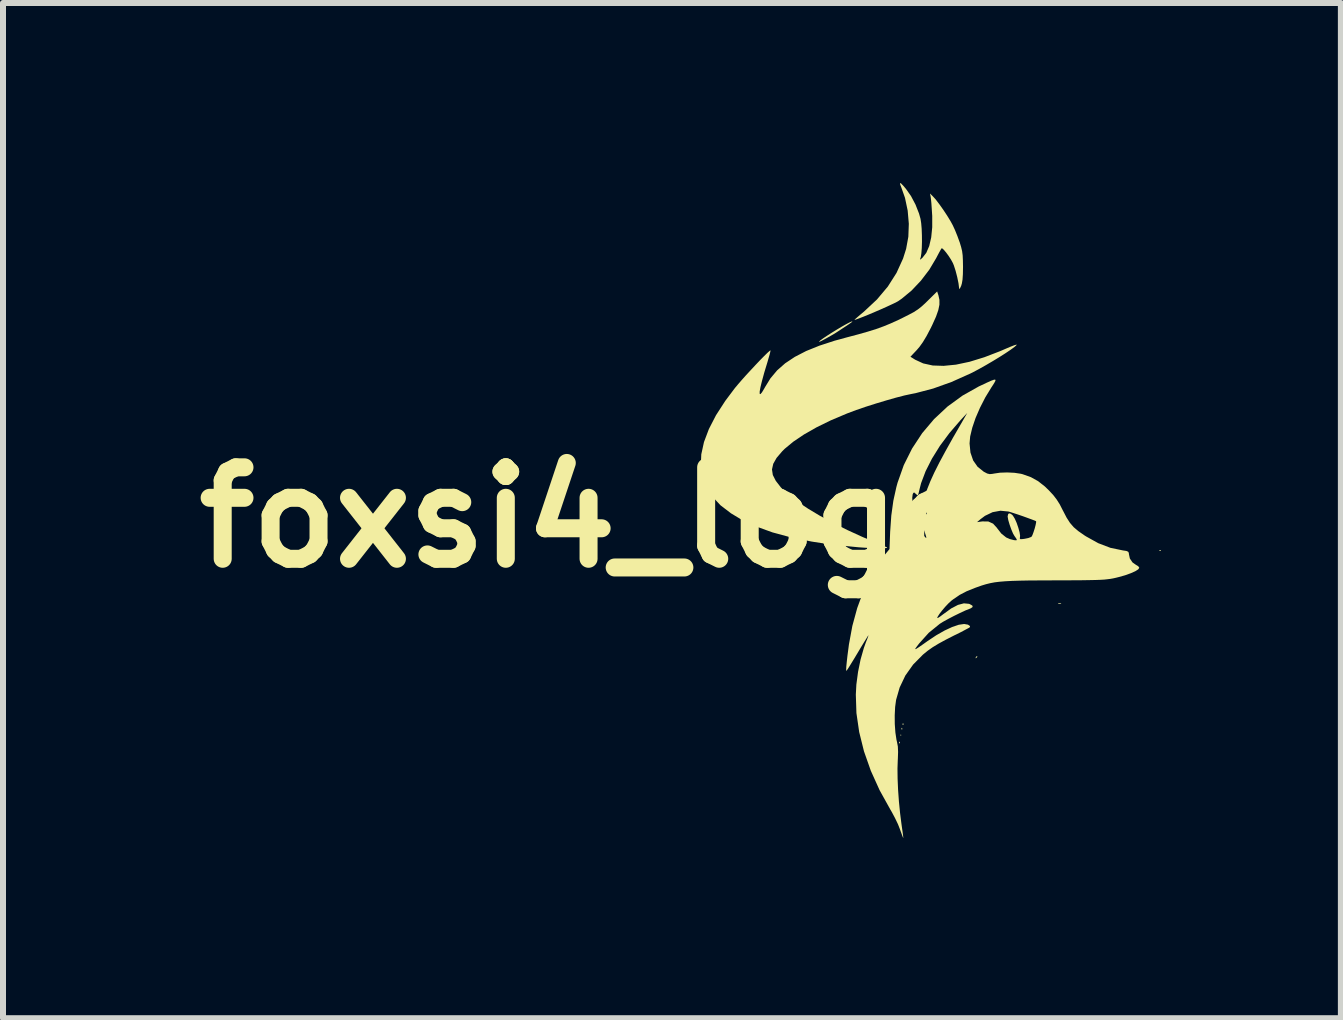
<source format=kicad_pcb>
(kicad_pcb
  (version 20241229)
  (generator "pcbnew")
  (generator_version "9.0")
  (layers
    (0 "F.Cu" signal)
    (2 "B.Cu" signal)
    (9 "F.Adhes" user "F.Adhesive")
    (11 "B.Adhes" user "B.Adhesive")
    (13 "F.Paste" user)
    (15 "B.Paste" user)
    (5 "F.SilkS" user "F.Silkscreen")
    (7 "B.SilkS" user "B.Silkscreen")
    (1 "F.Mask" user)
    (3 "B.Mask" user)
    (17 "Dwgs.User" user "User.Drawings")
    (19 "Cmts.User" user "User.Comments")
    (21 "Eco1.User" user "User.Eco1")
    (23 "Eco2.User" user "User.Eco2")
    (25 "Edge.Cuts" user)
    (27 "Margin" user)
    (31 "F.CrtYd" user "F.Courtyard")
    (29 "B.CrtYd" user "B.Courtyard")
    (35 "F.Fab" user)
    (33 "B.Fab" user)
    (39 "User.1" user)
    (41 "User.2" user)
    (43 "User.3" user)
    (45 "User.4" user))
  (footprint "foxsi4_logo"
    (layer "F.Cu")
    (at 6.793 5.571)
    (property "Reference" "foxsi4_logo" (at 0 0 0) (layer "F.SilkS") (effects (font (size 1.524 1.524) (thickness 0.3))))
    (attr board_only exclude_from_pos_files exclude_from_bom)
    (fp_poly (pts (xy 5.176 3.627) (xy 5.167 3.637) (xy 5.157 3.627) (xy 5.167 3.618)) (stroke (width 0) (type solid)) (fill yes) (layer "F.SilkS"))
    (fp_poly (pts (xy 5.151 3.739) (xy 5.153 3.762) (xy 5.151 3.765) (xy 5.139 3.762) (xy 5.138 3.752) (xy 5.145 3.736)) (stroke (width 0) (type solid)) (fill yes) (layer "F.SilkS"))
    (fp_poly (pts (xy 5.189 3.509) (xy 5.191 3.531) (xy 5.189 3.534) (xy 5.178 3.532) (xy 5.176 3.521) (xy 5.183 3.506)) (stroke (width 0) (type solid)) (fill yes) (layer "F.SilkS"))
    (fp_poly (pts (xy 5.208 3.432) (xy 5.211 3.454) (xy 5.208 3.457) (xy 5.197 3.455) (xy 5.195 3.444) (xy 5.202 3.429)) (stroke (width 0) (type solid)) (fill yes) (layer "F.SilkS"))
    (fp_poly (pts (xy 7.836 1.43) (xy 7.839 1.437) (xy 7.812 1.44) (xy 7.785 1.437) (xy 7.788 1.43) (xy 7.828 1.428)) (stroke (width 0) (type solid)) (fill yes) (layer "F.SilkS"))
    (fp_poly (pts (xy 9.499 0.545) (xy 9.497 0.557) (xy 9.487 0.558) (xy 9.471 0.551) (xy 9.474 0.545) (xy 9.497 0.543)) (stroke (width 0) (type solid)) (fill yes) (layer "F.SilkS"))
    (fp_poly (pts (xy 6.44 2.322) (xy 6.437 2.328) (xy 6.418 2.347) (xy 6.415 2.348) (xy 6.414 2.335) (xy 6.417 2.328) (xy 6.435 2.31) (xy 6.439 2.309)) (stroke (width 0) (type solid)) (fill yes) (layer "F.SilkS"))
    (fp_poly (pts (xy 4.349 -3.253) (xy 4.313 -3.227) (xy 4.266 -3.195) (xy 4.203 -3.154) (xy 4.147 -3.117) (xy 4.118 -3.098) (xy 4.067 -3.065) (xy 4.005 -3.029) (xy 3.94 -2.992) (xy 3.879 -2.959) (xy 3.832 -2.935) (xy 3.804 -2.924) (xy 3.801 -2.925) (xy 3.824 -2.948) (xy 3.873 -2.984) (xy 3.939 -3.028) (xy 4.017 -3.078) (xy 4.1 -3.129) (xy 4.182 -3.178) (xy 4.255 -3.219) (xy 4.314 -3.25) (xy 4.351 -3.265) (xy 4.361 -3.266)) (stroke (width 0) (type solid)) (fill yes) (layer "F.SilkS"))
    (fp_poly (pts (xy 5.17 -5.565) (xy 5.207 -5.527) (xy 5.252 -5.474) (xy 5.336 -5.355) (xy 5.411 -5.213) (xy 5.47 -5.063) (xy 5.495 -4.974) (xy 5.506 -4.903) (xy 5.514 -4.809) (xy 5.518 -4.702) (xy 5.519 -4.592) (xy 5.516 -4.488) (xy 5.509 -4.4) (xy 5.499 -4.336) (xy 5.493 -4.32) (xy 5.486 -4.297) (xy 5.496 -4.299) (xy 5.528 -4.327) (xy 5.591 -4.408) (xy 5.64 -4.522) (xy 5.673 -4.665) (xy 5.69 -4.834) (xy 5.69 -5.025) (xy 5.688 -5.051) (xy 5.682 -5.147) (xy 5.676 -5.234) (xy 5.669 -5.303) (xy 5.664 -5.34) (xy 5.653 -5.397) (xy 5.701 -5.349) (xy 5.75 -5.295) (xy 5.81 -5.216) (xy 5.876 -5.123) (xy 5.94 -5.026) (xy 5.996 -4.934) (xy 6.032 -4.868) (xy 6.069 -4.788) (xy 6.109 -4.689) (xy 6.144 -4.593) (xy 6.149 -4.58) (xy 6.172 -4.503) (xy 6.188 -4.436) (xy 6.197 -4.367) (xy 6.201 -4.284) (xy 6.203 -4.176) (xy 6.201 -4.054) (xy 6.195 -3.964) (xy 6.184 -3.898) (xy 6.172 -3.858) (xy 6.153 -3.818) (xy 6.141 -3.805) (xy 6.139 -3.81) (xy 6.128 -3.899) (xy 6.107 -4.002) (xy 6.08 -4.107) (xy 6.051 -4.197) (xy 6.035 -4.236) (xy 6.003 -4.295) (xy 5.963 -4.357) (xy 5.921 -4.414) (xy 5.884 -4.458) (xy 5.856 -4.483) (xy 5.845 -4.483) (xy 5.833 -4.463) (xy 5.807 -4.417) (xy 5.773 -4.353) (xy 5.756 -4.32) (xy 5.641 -4.127) (xy 5.502 -3.945) (xy 5.347 -3.781) (xy 5.183 -3.645) (xy 5.121 -3.602) (xy 5.081 -3.58) (xy 5.015 -3.549) (xy 4.931 -3.51) (xy 4.835 -3.467) (xy 4.733 -3.423) (xy 4.634 -3.381) (xy 4.543 -3.344) (xy 4.468 -3.315) (xy 4.416 -3.296) (xy 4.394 -3.29) (xy 4.404 -3.302) (xy 4.439 -3.333) (xy 4.493 -3.379) (xy 4.555 -3.431) (xy 4.77 -3.632) (xy 4.95 -3.846) (xy 5.095 -4.074) (xy 5.204 -4.313) (xy 5.255 -4.474) (xy 5.292 -4.676) (xy 5.3 -4.892) (xy 5.281 -5.112) (xy 5.236 -5.325) (xy 5.177 -5.492) (xy 5.156 -5.547) (xy 5.153 -5.571)) (stroke (width 0) (type solid)) (fill yes) (layer "F.SilkS"))
    (fp_poly (pts (xy 5.794 -3.698) (xy 5.81 -3.624) (xy 5.81 -3.544) (xy 5.791 -3.453) (xy 5.753 -3.345) (xy 5.694 -3.214) (xy 5.666 -3.156) (xy 5.596 -3.023) (xy 5.534 -2.92) (xy 5.476 -2.839) (xy 5.431 -2.787) (xy 5.327 -2.677) (xy 5.405 -2.628) (xy 5.539 -2.566) (xy 5.698 -2.531) (xy 5.88 -2.525) (xy 6.085 -2.545) (xy 6.312 -2.593) (xy 6.559 -2.669) (xy 6.824 -2.771) (xy 6.914 -2.81) (xy 6.992 -2.843) (xy 7.053 -2.867) (xy 7.09 -2.878) (xy 7.1 -2.876) (xy 7.099 -2.875) (xy 7.063 -2.842) (xy 6.999 -2.795) (xy 6.913 -2.737) (xy 6.811 -2.672) (xy 6.699 -2.604) (xy 6.583 -2.536) (xy 6.469 -2.472) (xy 6.364 -2.416) (xy 6.321 -2.395) (xy 6.01 -2.256) (xy 5.705 -2.147) (xy 5.412 -2.07) (xy 5.345 -2.057) (xy 5.228 -2.032) (xy 5.085 -1.995) (xy 4.924 -1.949) (xy 4.754 -1.898) (xy 4.584 -1.844) (xy 4.424 -1.789) (xy 4.282 -1.736) (xy 4.262 -1.728) (xy 4 -1.617) (xy 3.763 -1.501) (xy 3.554 -1.382) (xy 3.376 -1.262) (xy 3.232 -1.143) (xy 3.189 -1.1) (xy 3.097 -0.992) (xy 3.041 -0.893) (xy 3.02 -0.799) (xy 3.034 -0.706) (xy 3.084 -0.608) (xy 3.168 -0.5) (xy 3.199 -0.468) (xy 3.309 -0.367) (xy 3.452 -0.258) (xy 3.625 -0.143) (xy 3.822 -0.025) (xy 4.041 0.094) (xy 4.277 0.211) (xy 4.526 0.325) (xy 4.618 0.364) (xy 4.717 0.406) (xy 4.805 0.444) (xy 4.877 0.474) (xy 4.923 0.494) (xy 4.936 0.5) (xy 4.938 0.508) (xy 4.906 0.513) (xy 4.844 0.515) (xy 4.755 0.514) (xy 4.643 0.51) (xy 4.58 0.506) (xy 4.463 0.498) (xy 4.32 0.484) (xy 4.163 0.468) (xy 4.003 0.449) (xy 3.851 0.429) (xy 3.721 0.409) (xy 3.678 0.402) (xy 3.336 0.333) (xy 3.029 0.25) (xy 2.755 0.151) (xy 2.513 0.038) (xy 2.337 -0.068) (xy 2.163 -0.201) (xy 2.026 -0.347) (xy 1.925 -0.505) (xy 1.861 -0.675) (xy 1.834 -0.857) (xy 1.842 -1.051) (xy 1.887 -1.256) (xy 1.969 -1.473) (xy 2.087 -1.702) (xy 2.242 -1.942) (xy 2.402 -2.155) (xy 2.453 -2.216) (xy 2.517 -2.29) (xy 2.59 -2.372) (xy 2.669 -2.457) (xy 2.747 -2.541) (xy 2.822 -2.62) (xy 2.889 -2.688) (xy 2.943 -2.741) (xy 2.98 -2.774) (xy 2.996 -2.784) (xy 2.993 -2.764) (xy 2.981 -2.715) (xy 2.961 -2.646) (xy 2.944 -2.586) (xy 2.892 -2.415) (xy 2.854 -2.276) (xy 2.828 -2.17) (xy 2.815 -2.097) (xy 2.815 -2.059) (xy 2.828 -2.054) (xy 2.854 -2.085) (xy 2.894 -2.152) (xy 2.905 -2.172) (xy 2.995 -2.318) (xy 3.106 -2.45) (xy 3.24 -2.568) (xy 3.401 -2.675) (xy 3.589 -2.772) (xy 3.809 -2.861) (xy 4.063 -2.944) (xy 4.272 -3.001) (xy 4.461 -3.051) (xy 4.619 -3.096) (xy 4.757 -3.139) (xy 4.881 -3.184) (xy 5 -3.233) (xy 5.123 -3.289) (xy 5.195 -3.324) (xy 5.302 -3.378) (xy 5.384 -3.422) (xy 5.449 -3.464) (xy 5.508 -3.51) (xy 5.569 -3.565) (xy 5.613 -3.608) (xy 5.772 -3.765)) (stroke (width 0) (type solid)) (fill yes) (layer "F.SilkS"))
    (fp_poly (pts (xy 6.743 -2.294) (xy 6.743 -2.276) (xy 6.723 -2.239) (xy 6.688 -2.184) (xy 6.679 -2.171) (xy 6.575 -2.001) (xy 6.486 -1.827) (xy 6.412 -1.656) (xy 6.357 -1.494) (xy 6.322 -1.348) (xy 6.312 -1.232) (xy 6.327 -1.08) (xy 6.372 -0.949) (xy 6.447 -0.842) (xy 6.55 -0.76) (xy 6.551 -0.76) (xy 6.606 -0.731) (xy 6.649 -0.721) (xy 6.699 -0.726) (xy 6.718 -0.73) (xy 6.82 -0.745) (xy 6.94 -0.749) (xy 7.061 -0.743) (xy 7.167 -0.727) (xy 7.198 -0.719) (xy 7.335 -0.67) (xy 7.454 -0.604) (xy 7.567 -0.515) (xy 7.633 -0.451) (xy 7.706 -0.373) (xy 7.763 -0.299) (xy 7.815 -0.217) (xy 7.869 -0.111) (xy 7.871 -0.108) (xy 7.929 0.004) (xy 7.985 0.091) (xy 8.047 0.163) (xy 8.125 0.229) (xy 8.227 0.3) (xy 8.252 0.316) (xy 8.455 0.429) (xy 8.659 0.507) (xy 8.866 0.55) (xy 8.925 0.559) (xy 8.955 0.572) (xy 8.966 0.593) (xy 8.967 0.61) (xy 8.983 0.685) (xy 9.027 0.75) (xy 9.082 0.789) (xy 9.122 0.813) (xy 9.14 0.839) (xy 9.14 0.84) (xy 9.122 0.866) (xy 9.073 0.897) (xy 8.999 0.93) (xy 8.905 0.964) (xy 8.798 0.994) (xy 8.75 1.006) (xy 8.705 1.016) (xy 8.661 1.024) (xy 8.613 1.03) (xy 8.559 1.036) (xy 8.492 1.04) (xy 8.411 1.043) (xy 8.309 1.045) (xy 8.184 1.047) (xy 8.03 1.048) (xy 7.845 1.049) (xy 7.726 1.049) (xy 7.502 1.05) (xy 7.313 1.051) (xy 7.154 1.054) (xy 7.02 1.058) (xy 6.908 1.064) (xy 6.812 1.072) (xy 6.73 1.082) (xy 6.656 1.096) (xy 6.587 1.113) (xy 6.517 1.134) (xy 6.443 1.16) (xy 6.402 1.175) (xy 6.263 1.231) (xy 6.146 1.292) (xy 6.038 1.366) (xy 6.008 1.389) (xy 5.961 1.432) (xy 5.908 1.488) (xy 5.856 1.549) (xy 5.811 1.607) (xy 5.781 1.654) (xy 5.773 1.677) (xy 5.786 1.675) (xy 5.822 1.652) (xy 5.872 1.614) (xy 5.882 1.607) (xy 6.006 1.517) (xy 6.119 1.458) (xy 6.218 1.432) (xy 6.302 1.44) (xy 6.314 1.444) (xy 6.358 1.469) (xy 6.364 1.492) (xy 6.332 1.515) (xy 6.31 1.524) (xy 6.242 1.551) (xy 6.152 1.593) (xy 6.052 1.642) (xy 5.954 1.693) (xy 5.869 1.74) (xy 5.815 1.774) (xy 5.632 1.923) (xy 5.47 2.103) (xy 5.468 2.106) (xy 5.432 2.153) (xy 5.41 2.184) (xy 5.407 2.196) (xy 5.424 2.19) (xy 5.465 2.164) (xy 5.533 2.117) (xy 5.609 2.063) (xy 5.757 1.964) (xy 5.896 1.885) (xy 6.023 1.826) (xy 6.132 1.789) (xy 6.222 1.776) (xy 6.285 1.787) (xy 6.319 1.81) (xy 6.318 1.829) (xy 6.295 1.844) (xy 6.244 1.871) (xy 6.173 1.909) (xy 6.087 1.952) (xy 6.063 1.963) (xy 5.916 2.038) (xy 5.797 2.103) (xy 5.698 2.163) (xy 5.613 2.223) (xy 5.535 2.287) (xy 5.372 2.452) (xy 5.242 2.635) (xy 5.147 2.835) (xy 5.088 3.04) (xy 5.072 3.158) (xy 5.065 3.297) (xy 5.066 3.443) (xy 5.076 3.583) (xy 5.094 3.704) (xy 5.103 3.743) (xy 5.117 3.816) (xy 5.121 3.908) (xy 5.117 4.028) (xy 5.116 4.041) (xy 5.111 4.183) (xy 5.113 4.352) (xy 5.121 4.539) (xy 5.135 4.733) (xy 5.154 4.924) (xy 5.175 5.091) (xy 5.188 5.184) (xy 5.199 5.261) (xy 5.206 5.317) (xy 5.208 5.342) (xy 5.208 5.343) (xy 5.2 5.328) (xy 5.184 5.285) (xy 5.161 5.222) (xy 5.152 5.196) (xy 5.119 5.112) (xy 5.071 5.012) (xy 5.018 4.912) (xy 4.991 4.866) (xy 4.813 4.545) (xy 4.667 4.222) (xy 4.553 3.898) (xy 4.473 3.576) (xy 4.427 3.26) (xy 4.417 2.952) (xy 4.426 2.784) (xy 4.454 2.574) (xy 4.496 2.368) (xy 4.55 2.178) (xy 4.585 2.08) (xy 4.609 2.021) (xy 4.624 1.979) (xy 4.628 1.963) (xy 4.617 1.978) (xy 4.59 2.022) (xy 4.549 2.088) (xy 4.498 2.172) (xy 4.445 2.261) (xy 4.388 2.356) (xy 4.337 2.439) (xy 4.297 2.504) (xy 4.269 2.546) (xy 4.259 2.559) (xy 4.256 2.541) (xy 4.258 2.489) (xy 4.266 2.407) (xy 4.278 2.3) (xy 4.295 2.172) (xy 4.302 2.117) (xy 4.359 1.808) (xy 4.44 1.511) (xy 4.542 1.232) (xy 4.665 0.976) (xy 4.806 0.747) (xy 4.893 0.631) (xy 4.978 0.528) (xy 4.989 0.24) (xy 5.008 -0.031) (xy 5.042 -0.276) (xy 5.053 -0.327) (xy 5.357 -0.327) (xy 5.362 -0.244) (xy 5.378 -0.144) (xy 5.404 -0.035) (xy 5.437 0.074) (xy 5.475 0.172) (xy 5.494 0.213) (xy 5.524 0.266) (xy 5.555 0.311) (xy 5.581 0.338) (xy 5.592 0.341) (xy 5.589 0.322) (xy 5.575 0.276) (xy 5.553 0.213) (xy 5.551 0.205) (xy 5.521 0.117) (xy 5.509 0.079) (xy 6.437 0.079) (xy 6.525 0.067) (xy 6.624 0.068) (xy 6.704 0.104) (xy 6.768 0.174) (xy 6.77 0.178) (xy 6.841 0.269) (xy 6.922 0.334) (xy 6.985 0.362) (xy 7.054 0.379) (xy 7.091 0.382) (xy 7.1 0.373) (xy 7.09 0.352) (xy 7.064 0.315) (xy 7.062 0.313) (xy 7.036 0.268) (xy 7.007 0.199) (xy 6.979 0.12) (xy 6.957 0.045) (xy 6.947 -0.012) (xy 6.947 -0.02) (xy 6.957 -0.06) (xy 6.984 -0.068) (xy 7.021 -0.044) (xy 7.035 -0.028) (xy 7.066 0.022) (xy 7.097 0.092) (xy 7.124 0.171) (xy 7.145 0.246) (xy 7.154 0.305) (xy 7.152 0.329) (xy 7.149 0.353) (xy 7.16 0.363) (xy 7.197 0.361) (xy 7.232 0.356) (xy 7.291 0.344) (xy 7.336 0.327) (xy 7.347 0.319) (xy 7.36 0.294) (xy 7.378 0.245) (xy 7.397 0.186) (xy 7.412 0.129) (xy 7.421 0.084) (xy 7.421 0.064) (xy 7.4 0.054) (xy 7.35 0.035) (xy 7.282 0.01) (xy 7.202 -0.019) (xy 7.121 -0.047) (xy 7.047 -0.071) (xy 6.988 -0.09) (xy 6.96 -0.098) (xy 6.827 -0.111) (xy 6.696 -0.087) (xy 6.569 -0.026) (xy 6.494 0.03) (xy 6.437 0.079) (xy 5.509 0.079) (xy 5.493 0.028) (xy 5.471 -0.055) (xy 5.456 -0.124) (xy 5.449 -0.17) (xy 5.451 -0.185) (xy 5.469 -0.178) (xy 5.504 -0.15) (xy 5.532 -0.122) (xy 5.603 -0.048) (xy 5.591 -0.106) (xy 5.572 -0.209) (xy 5.567 -0.291) (xy 5.575 -0.365) (xy 5.598 -0.447) (xy 5.61 -0.481) (xy 5.659 -0.603) (xy 5.724 -0.746) (xy 5.808 -0.913) (xy 5.912 -1.106) (xy 6.036 -1.328) (xy 6.069 -1.385) (xy 6.274 -1.741) (xy 6.158 -1.616) (xy 5.977 -1.406) (xy 5.818 -1.192) (xy 5.685 -0.978) (xy 5.58 -0.77) (xy 5.505 -0.572) (xy 5.48 -0.476) (xy 5.465 -0.411) (xy 5.455 -0.377) (xy 5.443 -0.37) (xy 5.426 -0.383) (xy 5.414 -0.394) (xy 5.388 -0.416) (xy 5.374 -0.406) (xy 5.364 -0.383) (xy 5.357 -0.327) (xy 5.053 -0.327) (xy 5.093 -0.507) (xy 5.112 -0.577) (xy 5.216 -0.871) (xy 5.354 -1.147) (xy 5.523 -1.404) (xy 5.721 -1.638) (xy 5.946 -1.848) (xy 6.196 -2.03) (xy 6.468 -2.183) (xy 6.49 -2.193) (xy 6.598 -2.244) (xy 6.674 -2.278) (xy 6.721 -2.295)) (stroke (width 0) (type solid)) (fill yes) (layer "F.SilkS")))
  (gr_rect
    (start -3 -3)
    (end 19.292 13.915)
    (stroke (width 0.1) (type default))
    (fill no)
    (layer "Edge.Cuts")))
</source>
